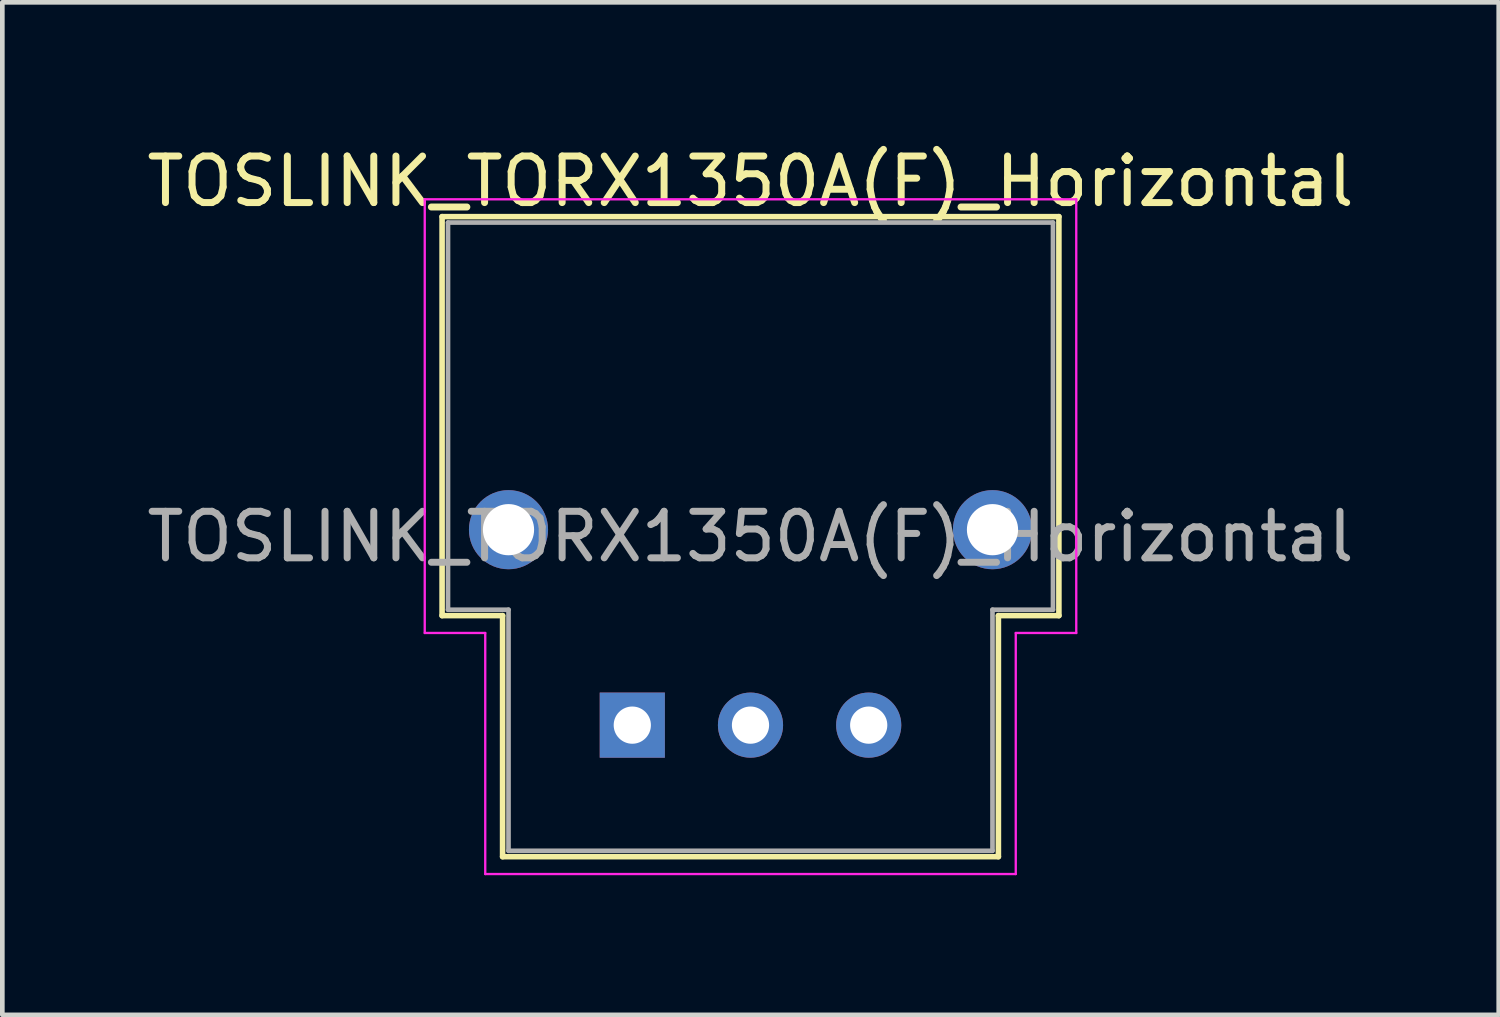
<source format=kicad_pcb>
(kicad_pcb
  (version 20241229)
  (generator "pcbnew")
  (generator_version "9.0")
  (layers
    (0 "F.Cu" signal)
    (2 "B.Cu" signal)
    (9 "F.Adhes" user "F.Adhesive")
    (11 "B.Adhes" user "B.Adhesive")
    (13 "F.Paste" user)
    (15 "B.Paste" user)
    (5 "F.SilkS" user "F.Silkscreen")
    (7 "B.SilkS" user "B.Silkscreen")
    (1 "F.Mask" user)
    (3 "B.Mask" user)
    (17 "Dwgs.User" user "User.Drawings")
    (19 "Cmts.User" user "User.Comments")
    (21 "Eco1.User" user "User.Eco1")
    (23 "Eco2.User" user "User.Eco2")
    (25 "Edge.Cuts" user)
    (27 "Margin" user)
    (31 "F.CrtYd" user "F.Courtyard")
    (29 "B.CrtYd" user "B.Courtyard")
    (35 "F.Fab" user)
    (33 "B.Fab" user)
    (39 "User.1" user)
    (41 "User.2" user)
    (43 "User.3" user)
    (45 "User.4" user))
  (footprint "TOSLINK_TORX1350A(F)_Horizontal"
    (layer "F.Cu")
    (at 10.537 12.532)
    (property "Reference" "TOSLINK_TORX1350A(F)_Horizontal" (at 2.54 -11.684 0) (unlocked yes) (layer "F.SilkS") (effects (font (size 1 1) (thickness 0.15))))
    (attr through_hole)
    (fp_line (start -4.087 -10.927) (end -4.087 -2.353) (stroke (width 0.12) (type solid)) (layer "F.SilkS"))
    (fp_line (start -4.087 -10.927) (end 9.167 -10.927) (stroke (width 0.12) (type solid)) (layer "F.SilkS"))
    (fp_line (start -2.787 -2.353) (end -4.087 -2.353) (stroke (width 0.12) (type solid)) (layer "F.SilkS"))
    (fp_line (start -2.787 2.827) (end -2.787 -2.353) (stroke (width 0.12) (type solid)) (layer "F.SilkS"))
    (fp_line (start 7.867 -2.353) (end 7.867 2.827) (stroke (width 0.12) (type solid)) (layer "F.SilkS"))
    (fp_line (start 7.867 2.827) (end -2.787 2.827) (stroke (width 0.12) (type solid)) (layer "F.SilkS"))
    (fp_line (start 9.167 -10.927) (end 9.167 -2.353) (stroke (width 0.12) (type solid)) (layer "F.SilkS"))
    (fp_line (start 9.167 -2.353) (end 7.867 -2.353) (stroke (width 0.12) (type solid)) (layer "F.SilkS"))
    (fp_line (start -4.46 -11.3) (end -4.46 -1.98) (stroke (width 0.05) (type solid)) (layer "F.CrtYd"))
    (fp_line (start -4.46 -11.3) (end 9.54 -11.3) (stroke (width 0.05) (type solid)) (layer "F.CrtYd"))
    (fp_line (start -3.16 -1.98) (end -4.46 -1.98) (stroke (width 0.05) (type solid)) (layer "F.CrtYd"))
    (fp_line (start -3.16 3.2) (end -3.16 -1.98) (stroke (width 0.05) (type solid)) (layer "F.CrtYd"))
    (fp_line (start 8.24 -1.98) (end 8.24 3.2) (stroke (width 0.05) (type solid)) (layer "F.CrtYd"))
    (fp_line (start 8.24 3.2) (end -3.16 3.2) (stroke (width 0.05) (type solid)) (layer "F.CrtYd"))
    (fp_line (start 9.54 -11.3) (end 9.54 -1.98) (stroke (width 0.05) (type solid)) (layer "F.CrtYd"))
    (fp_line (start 9.54 -1.98) (end 8.24 -1.98) (stroke (width 0.05) (type solid)) (layer "F.CrtYd"))
    (fp_line (start -3.96 -10.8) (end -3.96 -2.48) (stroke (width 0.1) (type solid)) (layer "F.Fab"))
    (fp_line (start -2.66 -2.48) (end -3.96 -2.48) (stroke (width 0.1) (type solid)) (layer "F.Fab"))
    (fp_line (start -2.66 -2.48) (end -2.66 2.7) (stroke (width 0.1) (type solid)) (layer "F.Fab"))
    (fp_line (start 7.74 -2.48) (end 7.74 2.7) (stroke (width 0.1) (type solid)) (layer "F.Fab"))
    (fp_line (start 7.74 -2.48) (end 9.04 -2.48) (stroke (width 0.1) (type solid)) (layer "F.Fab"))
    (fp_line (start 7.74 2.7) (end -2.66 2.7) (stroke (width 0.1) (type solid)) (layer "F.Fab"))
    (fp_line (start 9.04 -10.8) (end -3.96 -10.8) (stroke (width 0.1) (type solid)) (layer "F.Fab"))
    (fp_line (start 9.04 -10.8) (end 9.04 -2.48) (stroke (width 0.1) (type solid)) (layer "F.Fab"))
    (fp_text user "${REFERENCE}" (at 2.54 -4.05 0) (unlocked yes) (layer "F.Fab") (effects (font (size 1 1) (thickness 0.15))))
    (pad "1" thru_hole rect (at 0 0) (size 1.4 1.4) (drill 0.8) (layers "*.Cu" "*.Mask"))
    (pad "2" thru_hole circle (at 2.54 0) (size 1.4 1.4) (drill 0.8) (layers "*.Cu" "*.Mask"))
    (pad "3" thru_hole circle (at 5.08 0) (size 1.4 1.4) (drill 0.8) (layers "*.Cu" "*.Mask"))
    (pad "4" thru_hole circle (at -2.66 -4.2) (size 1.7 1.7) (drill 1.1) (layers "*.Cu" "*.Mask"))
    (pad "5" thru_hole circle (at 7.74 -4.2) (size 1.7 1.7) (drill 1.1) (layers "*.Cu" "*.Mask")))
  (gr_rect
    (start -3 -3)
    (end 29.155 18.757)
    (stroke (width 0.1) (type default))
    (fill no)
    (layer "Edge.Cuts")))
</source>
